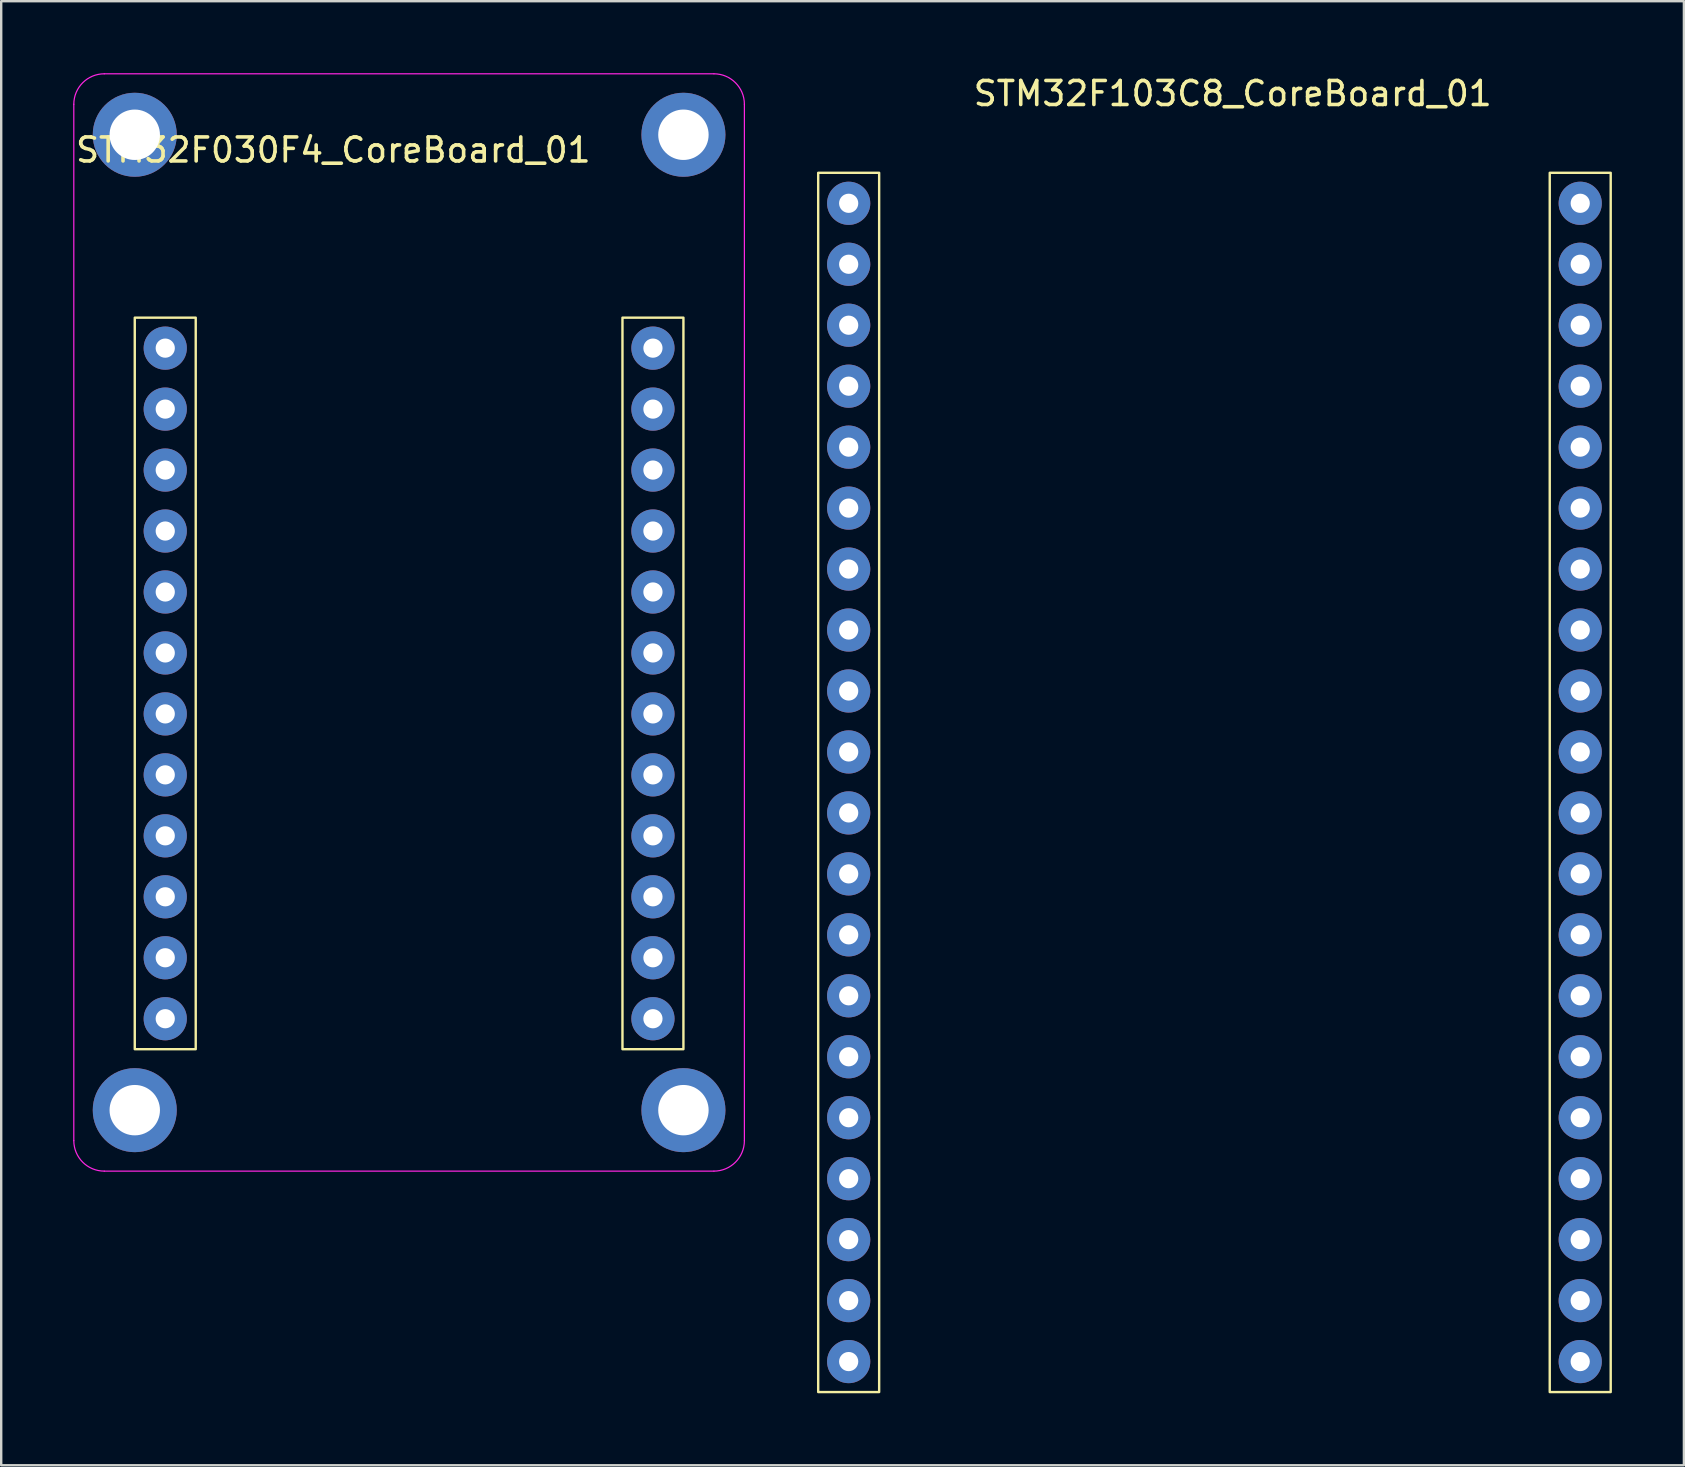
<source format=kicad_pcb>
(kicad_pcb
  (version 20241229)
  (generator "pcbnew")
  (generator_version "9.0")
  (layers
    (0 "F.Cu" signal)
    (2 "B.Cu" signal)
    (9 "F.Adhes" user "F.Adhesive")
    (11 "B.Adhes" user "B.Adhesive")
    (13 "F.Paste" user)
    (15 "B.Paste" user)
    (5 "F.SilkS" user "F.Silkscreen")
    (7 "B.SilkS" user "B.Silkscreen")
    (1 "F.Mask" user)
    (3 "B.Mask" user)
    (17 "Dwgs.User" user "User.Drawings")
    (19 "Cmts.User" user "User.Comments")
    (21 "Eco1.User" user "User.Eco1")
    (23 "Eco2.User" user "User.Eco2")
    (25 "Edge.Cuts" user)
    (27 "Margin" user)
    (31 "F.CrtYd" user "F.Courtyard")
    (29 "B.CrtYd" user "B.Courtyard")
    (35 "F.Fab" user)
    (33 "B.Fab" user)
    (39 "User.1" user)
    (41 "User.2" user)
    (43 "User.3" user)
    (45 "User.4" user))
  (footprint "STM32F030F4_CoreBoard_01"
    (layer "F.Cu")
    (at 13.995 11.455)
    (property "Reference" "STM32F030F4_CoreBoard_01" (at -13.97 -8.255 0) (layer "F.SilkS") (effects (font (size 1 1) (thickness 0.15)) (justify left)))
    (attr through_hole)
    (fp_rect (start -11.43 -1.27) (end -8.89 29.21) (stroke (width 0.1) (type default)) (fill no) (layer "F.SilkS"))
    (fp_rect (start 8.89 -1.27) (end 11.43 29.21) (stroke (width 0.1) (type default)) (fill no) (layer "F.SilkS"))
    (fp_line (start -13.97 -10.16) (end -13.97 33.02) (stroke (width 0.05) (type solid)) (layer "F.CrtYd"))
    (fp_line (start -12.7 -11.43) (end 12.7 -11.43) (stroke (width 0.051) (type solid)) (layer "F.CrtYd"))
    (fp_line (start -12.7 34.29) (end 12.7 34.29) (stroke (width 0.051) (type solid)) (layer "F.CrtYd"))
    (fp_line (start 13.97 -10.16) (end 13.97 33.02) (stroke (width 0.05) (type solid)) (layer "F.CrtYd"))
    (fp_arc (start -13.97 -10.16) (mid -13.598026 -11.058026) (end -12.7 -11.43) (stroke (width 0.05) (type default)) (layer "F.CrtYd"))
    (fp_arc (start -12.7 34.29) (mid -13.598026 33.918026) (end -13.97 33.02) (stroke (width 0.05) (type default)) (layer "F.CrtYd"))
    (fp_arc (start 12.7 -11.43) (mid 13.598026 -11.058026) (end 13.97 -10.16) (stroke (width 0.05) (type default)) (layer "F.CrtYd"))
    (fp_arc (start 13.97 33.02) (mid 13.598026 33.918026) (end 12.7 34.29) (stroke (width 0.05) (type default)) (layer "F.CrtYd"))
    (pad "" np_thru_hole circle (at -11.43 -8.89) (size 3.5 3.5) (drill 2.1) (layers "*.Cu" "*.Mask"))
    (pad "" np_thru_hole circle (at -11.43 31.75) (size 3.5 3.5) (drill 2.1) (layers "*.Cu" "*.Mask"))
    (pad "" np_thru_hole circle (at 11.43 -8.89) (size 3.5 3.5) (drill 2.1) (layers "*.Cu" "*.Mask"))
    (pad "" np_thru_hole circle (at 11.43 31.75) (size 3.5 3.5) (drill 2.1) (layers "*.Cu" "*.Mask"))
    (pad "1" thru_hole circle (at -10.16 0 270) (size 1.8 1.8) (drill 0.8) (layers "*.Cu" "*.Mask"))
    (pad "2" thru_hole circle (at -10.16 2.54 270) (size 1.8 1.8) (drill 0.8) (layers "*.Cu" "*.Mask"))
    (pad "3" thru_hole circle (at -10.16 5.08 270) (size 1.8 1.8) (drill 0.8) (layers "*.Cu" "*.Mask"))
    (pad "4" thru_hole circle (at -10.16 7.62 270) (size 1.8 1.8) (drill 0.8) (layers "*.Cu" "*.Mask"))
    (pad "5" thru_hole circle (at -10.16 10.16 270) (size 1.8 1.8) (drill 0.8) (layers "*.Cu" "*.Mask"))
    (pad "6" thru_hole circle (at -10.16 12.7 270) (size 1.8 1.8) (drill 0.8) (layers "*.Cu" "*.Mask"))
    (pad "7" thru_hole circle (at -10.16 15.24 270) (size 1.8 1.8) (drill 0.8) (layers "*.Cu" "*.Mask"))
    (pad "8" thru_hole circle (at -10.16 17.78 270) (size 1.8 1.8) (drill 0.8) (layers "*.Cu" "*.Mask"))
    (pad "9" thru_hole circle (at -10.16 20.32 270) (size 1.8 1.8) (drill 0.8) (layers "*.Cu" "*.Mask"))
    (pad "10" thru_hole circle (at -10.16 22.86 270) (size 1.8 1.8) (drill 0.8) (layers "*.Cu" "*.Mask"))
    (pad "11" thru_hole circle (at -10.16 25.4 270) (size 1.8 1.8) (drill 0.8) (layers "*.Cu" "*.Mask"))
    (pad "12" thru_hole circle (at -10.16 27.94 270) (size 1.8 1.8) (drill 0.8) (layers "*.Cu" "*.Mask"))
    (pad "13" thru_hole circle (at 10.16 27.94 270) (size 1.8 1.8) (drill 0.8) (layers "*.Cu" "*.Mask"))
    (pad "14" thru_hole circle (at 10.16 25.4 270) (size 1.8 1.8) (drill 0.8) (layers "*.Cu" "*.Mask"))
    (pad "15" thru_hole circle (at 10.16 22.86 270) (size 1.8 1.8) (drill 0.8) (layers "*.Cu" "*.Mask"))
    (pad "16" thru_hole circle (at 10.16 20.32 270) (size 1.8 1.8) (drill 0.8) (layers "*.Cu" "*.Mask"))
    (pad "17" thru_hole circle (at 10.16 17.78 270) (size 1.8 1.8) (drill 0.8) (layers "*.Cu" "*.Mask"))
    (pad "18" thru_hole circle (at 10.16 15.24 270) (size 1.8 1.8) (drill 0.8) (layers "*.Cu" "*.Mask"))
    (pad "19" thru_hole circle (at 10.16 12.7 270) (size 1.8 1.8) (drill 0.8) (layers "*.Cu" "*.Mask"))
    (pad "20" thru_hole circle (at 10.16 10.16 270) (size 1.8 1.8) (drill 0.8) (layers "*.Cu" "*.Mask"))
    (pad "21" thru_hole circle (at 10.16 7.62 270) (size 1.8 1.8) (drill 0.8) (layers "*.Cu" "*.Mask"))
    (pad "22" thru_hole circle (at 10.16 5.08 270) (size 1.8 1.8) (drill 0.8) (layers "*.Cu" "*.Mask"))
    (pad "23" thru_hole circle (at 10.16 2.54 270) (size 1.8 1.8) (drill 0.8) (layers "*.Cu" "*.Mask"))
    (pad "24" thru_hole circle (at 10.16 0 270) (size 1.8 1.8) (drill 0.8) (layers "*.Cu" "*.Mask")))
  (footprint "STM32F103C8_CoreBoard_01"
    (layer "F.Cu")
    (at 47.55 5.42)
    (property "Reference" "STM32F103C8_CoreBoard_01" (at 0.762 -4.572 0) (layer "F.SilkS") (effects (font (size 1 1) (thickness 0.15))))
    (attr through_hole)
    (fp_rect (start -16.51 -1.27) (end -13.97 49.53) (stroke (width 0.1) (type default)) (fill no) (layer "F.SilkS"))
    (fp_rect (start 13.97 -1.27) (end 16.51 49.53) (stroke (width 0.1) (type default)) (fill no) (layer "F.SilkS"))
    (pad "1" thru_hole circle (at -15.24 0 270) (size 1.8 1.8) (drill 0.8) (layers "*.Cu" "*.Mask"))
    (pad "2" thru_hole circle (at -15.24 2.54 270) (size 1.8 1.8) (drill 0.8) (layers "*.Cu" "*.Mask"))
    (pad "3" thru_hole circle (at -15.24 5.08 270) (size 1.8 1.8) (drill 0.8) (layers "*.Cu" "*.Mask"))
    (pad "4" thru_hole circle (at -15.24 7.62 270) (size 1.8 1.8) (drill 0.8) (layers "*.Cu" "*.Mask"))
    (pad "5" thru_hole circle (at -15.24 10.16 270) (size 1.8 1.8) (drill 0.8) (layers "*.Cu" "*.Mask"))
    (pad "6" thru_hole circle (at -15.24 12.7 270) (size 1.8 1.8) (drill 0.8) (layers "*.Cu" "*.Mask"))
    (pad "7" thru_hole circle (at -15.24 15.24 270) (size 1.8 1.8) (drill 0.8) (layers "*.Cu" "*.Mask"))
    (pad "8" thru_hole circle (at -15.24 17.78 270) (size 1.8 1.8) (drill 0.8) (layers "*.Cu" "*.Mask"))
    (pad "9" thru_hole circle (at -15.24 20.32 270) (size 1.8 1.8) (drill 0.8) (layers "*.Cu" "*.Mask"))
    (pad "10" thru_hole circle (at -15.24 22.86 270) (size 1.8 1.8) (drill 0.8) (layers "*.Cu" "*.Mask"))
    (pad "11" thru_hole circle (at -15.24 25.4 270) (size 1.8 1.8) (drill 0.8) (layers "*.Cu" "*.Mask"))
    (pad "12" thru_hole circle (at -15.24 27.94 270) (size 1.8 1.8) (drill 0.8) (layers "*.Cu" "*.Mask"))
    (pad "13" thru_hole circle (at -15.24 30.48 270) (size 1.8 1.8) (drill 0.8) (layers "*.Cu" "*.Mask"))
    (pad "14" thru_hole circle (at -15.24 33.02 270) (size 1.8 1.8) (drill 0.8) (layers "*.Cu" "*.Mask"))
    (pad "15" thru_hole circle (at -15.24 35.56 270) (size 1.8 1.8) (drill 0.8) (layers "*.Cu" "*.Mask"))
    (pad "16" thru_hole circle (at -15.24 38.1 270) (size 1.8 1.8) (drill 0.8) (layers "*.Cu" "*.Mask"))
    (pad "17" thru_hole circle (at -15.24 40.64 270) (size 1.8 1.8) (drill 0.8) (layers "*.Cu" "*.Mask"))
    (pad "18" thru_hole circle (at -15.24 43.18 270) (size 1.8 1.8) (drill 0.8) (layers "*.Cu" "*.Mask"))
    (pad "19" thru_hole circle (at -15.24 45.72 270) (size 1.8 1.8) (drill 0.8) (layers "*.Cu" "*.Mask"))
    (pad "20" thru_hole circle (at -15.24 48.26 270) (size 1.8 1.8) (drill 0.8) (layers "*.Cu" "*.Mask"))
    (pad "21" thru_hole circle (at 15.24 48.26 270) (size 1.8 1.8) (drill 0.8) (layers "*.Cu" "*.Mask"))
    (pad "22" thru_hole circle (at 15.24 45.72 270) (size 1.8 1.8) (drill 0.8) (layers "*.Cu" "*.Mask"))
    (pad "23" thru_hole circle (at 15.24 43.18 270) (size 1.8 1.8) (drill 0.8) (layers "*.Cu" "*.Mask"))
    (pad "24" thru_hole circle (at 15.24 40.64 270) (size 1.8 1.8) (drill 0.8) (layers "*.Cu" "*.Mask"))
    (pad "25" thru_hole circle (at 15.24 38.1 270) (size 1.8 1.8) (drill 0.8) (layers "*.Cu" "*.Mask"))
    (pad "26" thru_hole circle (at 15.24 35.56 270) (size 1.8 1.8) (drill 0.8) (layers "*.Cu" "*.Mask"))
    (pad "27" thru_hole circle (at 15.24 33.02 270) (size 1.8 1.8) (drill 0.8) (layers "*.Cu" "*.Mask"))
    (pad "28" thru_hole circle (at 15.24 30.48 270) (size 1.8 1.8) (drill 0.8) (layers "*.Cu" "*.Mask"))
    (pad "29" thru_hole circle (at 15.24 27.94 270) (size 1.8 1.8) (drill 0.8) (layers "*.Cu" "*.Mask"))
    (pad "30" thru_hole circle (at 15.24 25.4 270) (size 1.8 1.8) (drill 0.8) (layers "*.Cu" "*.Mask"))
    (pad "31" thru_hole circle (at 15.24 22.86 270) (size 1.8 1.8) (drill 0.8) (layers "*.Cu" "*.Mask"))
    (pad "32" thru_hole circle (at 15.24 20.32 270) (size 1.8 1.8) (drill 0.8) (layers "*.Cu" "*.Mask"))
    (pad "33" thru_hole circle (at 15.24 17.78 270) (size 1.8 1.8) (drill 0.8) (layers "*.Cu" "*.Mask"))
    (pad "34" thru_hole circle (at 15.24 15.24 270) (size 1.8 1.8) (drill 0.8) (layers "*.Cu" "*.Mask"))
    (pad "35" thru_hole circle (at 15.24 12.7 270) (size 1.8 1.8) (drill 0.8) (layers "*.Cu" "*.Mask"))
    (pad "36" thru_hole circle (at 15.24 10.16 270) (size 1.8 1.8) (drill 0.8) (layers "*.Cu" "*.Mask"))
    (pad "37" thru_hole circle (at 15.24 7.62 270) (size 1.8 1.8) (drill 0.8) (layers "*.Cu" "*.Mask"))
    (pad "38" thru_hole circle (at 15.24 5.08 270) (size 1.8 1.8) (drill 0.8) (layers "*.Cu" "*.Mask"))
    (pad "39" thru_hole circle (at 15.24 2.54 270) (size 1.8 1.8) (drill 0.8) (layers "*.Cu" "*.Mask"))
    (pad "40" thru_hole circle (at 15.24 0 270) (size 1.8 1.8) (drill 0.8) (layers "*.Cu" "*.Mask")))
  (gr_rect
    (start -3 -3)
    (end 67.11 58)
    (stroke (width 0.1) (type default))
    (fill no)
    (layer "Edge.Cuts")))
</source>
